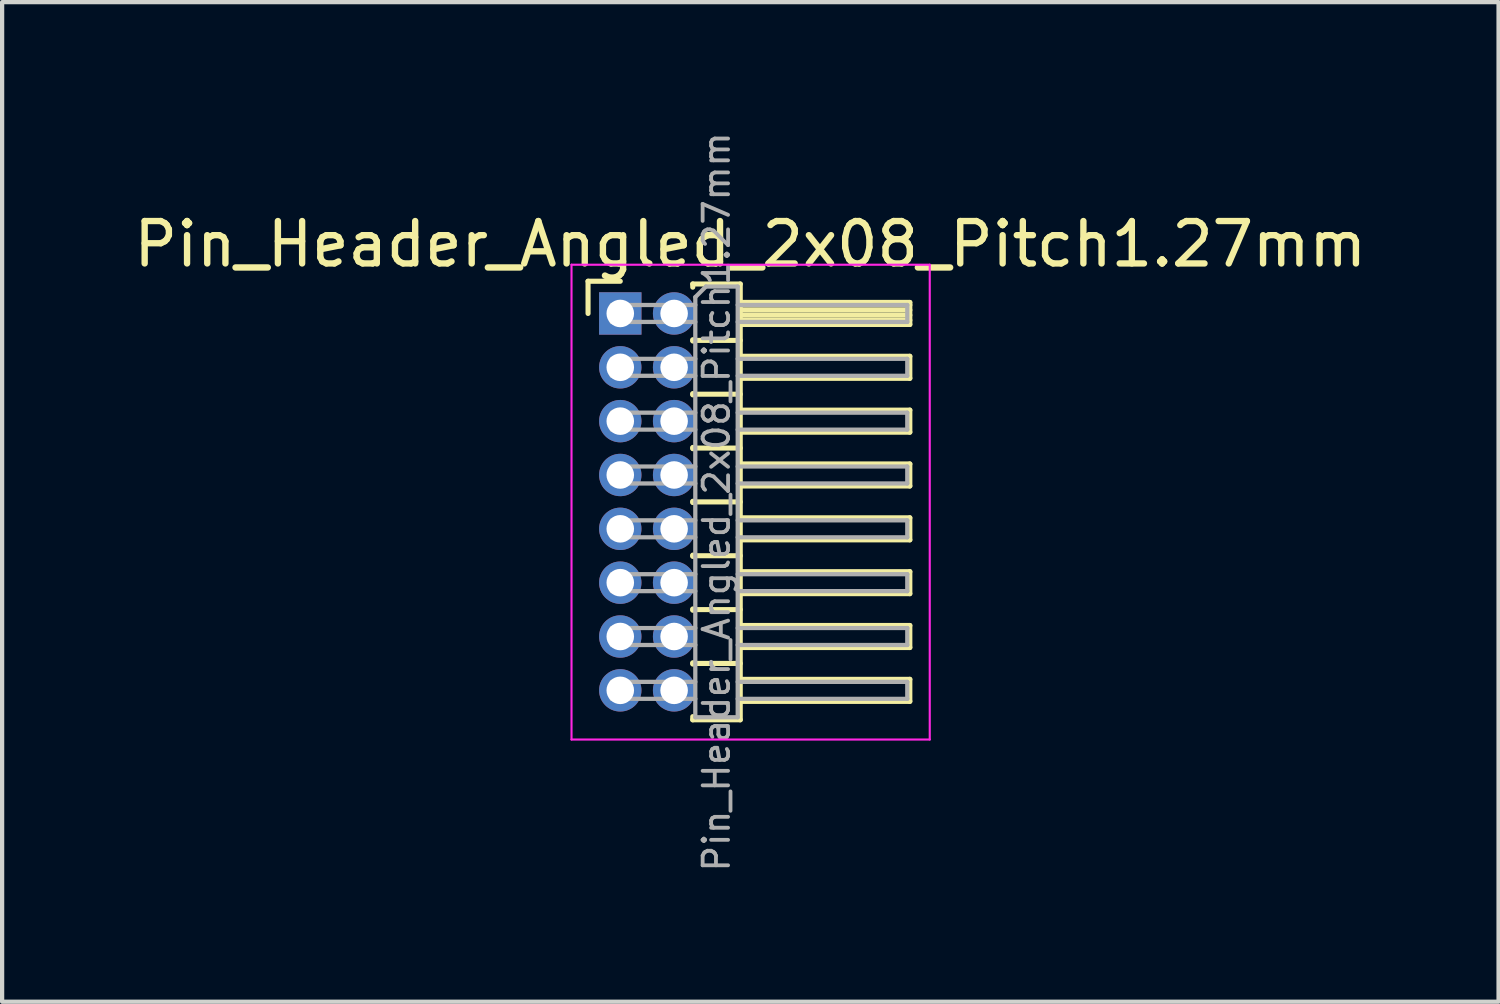
<source format=kicad_pcb>
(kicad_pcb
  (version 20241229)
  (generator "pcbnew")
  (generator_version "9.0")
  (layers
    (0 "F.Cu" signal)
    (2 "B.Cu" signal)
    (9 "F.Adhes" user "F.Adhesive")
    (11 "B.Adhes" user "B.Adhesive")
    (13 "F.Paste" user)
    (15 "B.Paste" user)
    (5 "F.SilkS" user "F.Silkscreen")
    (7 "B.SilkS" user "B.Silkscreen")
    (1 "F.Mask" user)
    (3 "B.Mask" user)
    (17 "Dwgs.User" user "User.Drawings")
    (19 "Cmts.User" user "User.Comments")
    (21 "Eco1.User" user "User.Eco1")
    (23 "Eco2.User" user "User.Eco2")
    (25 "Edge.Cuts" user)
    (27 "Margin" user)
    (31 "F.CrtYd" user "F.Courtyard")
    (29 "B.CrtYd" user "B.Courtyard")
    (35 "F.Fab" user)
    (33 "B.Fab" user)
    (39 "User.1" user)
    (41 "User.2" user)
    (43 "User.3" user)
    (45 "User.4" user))
  (footprint "Pin_Header_Angled_2x08_Pitch1.27mm"
    (layer "F.Cu")
    (at 11.581 4.344)
    (property "Reference" "Pin_Header_Angled_2x08_Pitch1.27mm" (at 3.067 -1.635 0) (layer "F.SilkS") (effects (font (size 1 1) (thickness 0.15))))
    (attr through_hole)
    (fp_line (start -0.76 -0.76) (end 0 -0.76) (stroke (width 0.12) (type solid)) (layer "F.SilkS"))
    (fp_line (start -0.76 0) (end -0.76 -0.76) (stroke (width 0.12) (type solid)) (layer "F.SilkS"))
    (fp_line (start 1.71 -0.695) (end 2.83 -0.695) (stroke (width 0.12) (type solid)) (layer "F.SilkS"))
    (fp_line (start 1.71 -0.62) (end 1.71 -0.695) (stroke (width 0.12) (type solid)) (layer "F.SilkS"))
    (fp_line (start 1.71 0.62) (end 1.71 0.65) (stroke (width 0.12) (type solid)) (layer "F.SilkS"))
    (fp_line (start 1.71 0.635) (end 2.83 0.635) (stroke (width 0.12) (type solid)) (layer "F.SilkS"))
    (fp_line (start 1.71 1.89) (end 1.71 1.92) (stroke (width 0.12) (type solid)) (layer "F.SilkS"))
    (fp_line (start 1.71 1.905) (end 2.83 1.905) (stroke (width 0.12) (type solid)) (layer "F.SilkS"))
    (fp_line (start 1.71 3.16) (end 1.71 3.19) (stroke (width 0.12) (type solid)) (layer "F.SilkS"))
    (fp_line (start 1.71 3.175) (end 2.83 3.175) (stroke (width 0.12) (type solid)) (layer "F.SilkS"))
    (fp_line (start 1.71 4.43) (end 1.71 4.46) (stroke (width 0.12) (type solid)) (layer "F.SilkS"))
    (fp_line (start 1.71 4.445) (end 2.83 4.445) (stroke (width 0.12) (type solid)) (layer "F.SilkS"))
    (fp_line (start 1.71 5.7) (end 1.71 5.73) (stroke (width 0.12) (type solid)) (layer "F.SilkS"))
    (fp_line (start 1.71 5.715) (end 2.83 5.715) (stroke (width 0.12) (type solid)) (layer "F.SilkS"))
    (fp_line (start 1.71 6.97) (end 1.71 7) (stroke (width 0.12) (type solid)) (layer "F.SilkS"))
    (fp_line (start 1.71 6.985) (end 2.83 6.985) (stroke (width 0.12) (type solid)) (layer "F.SilkS"))
    (fp_line (start 1.71 8.24) (end 1.71 8.27) (stroke (width 0.12) (type solid)) (layer "F.SilkS"))
    (fp_line (start 1.71 8.255) (end 2.83 8.255) (stroke (width 0.12) (type solid)) (layer "F.SilkS"))
    (fp_line (start 1.71 9.585) (end 1.71 9.51) (stroke (width 0.12) (type solid)) (layer "F.SilkS"))
    (fp_line (start 2.83 -0.695) (end 2.83 9.585) (stroke (width 0.12) (type solid)) (layer "F.SilkS"))
    (fp_line (start 2.83 -0.26) (end 6.83 -0.26) (stroke (width 0.12) (type solid)) (layer "F.SilkS"))
    (fp_line (start 2.83 -0.2) (end 6.83 -0.2) (stroke (width 0.12) (type solid)) (layer "F.SilkS"))
    (fp_line (start 2.83 -0.08) (end 6.83 -0.08) (stroke (width 0.12) (type solid)) (layer "F.SilkS"))
    (fp_line (start 2.83 0.04) (end 6.83 0.04) (stroke (width 0.12) (type solid)) (layer "F.SilkS"))
    (fp_line (start 2.83 0.16) (end 6.83 0.16) (stroke (width 0.12) (type solid)) (layer "F.SilkS"))
    (fp_line (start 2.83 1.01) (end 6.83 1.01) (stroke (width 0.12) (type solid)) (layer "F.SilkS"))
    (fp_line (start 2.83 2.28) (end 6.83 2.28) (stroke (width 0.12) (type solid)) (layer "F.SilkS"))
    (fp_line (start 2.83 3.55) (end 6.83 3.55) (stroke (width 0.12) (type solid)) (layer "F.SilkS"))
    (fp_line (start 2.83 4.82) (end 6.83 4.82) (stroke (width 0.12) (type solid)) (layer "F.SilkS"))
    (fp_line (start 2.83 6.09) (end 6.83 6.09) (stroke (width 0.12) (type solid)) (layer "F.SilkS"))
    (fp_line (start 2.83 7.36) (end 6.83 7.36) (stroke (width 0.12) (type solid)) (layer "F.SilkS"))
    (fp_line (start 2.83 8.63) (end 6.83 8.63) (stroke (width 0.12) (type solid)) (layer "F.SilkS"))
    (fp_line (start 2.83 9.585) (end 1.71 9.585) (stroke (width 0.12) (type solid)) (layer "F.SilkS"))
    (fp_line (start 6.83 -0.26) (end 6.83 0.26) (stroke (width 0.12) (type solid)) (layer "F.SilkS"))
    (fp_line (start 6.83 0.26) (end 2.83 0.26) (stroke (width 0.12) (type solid)) (layer "F.SilkS"))
    (fp_line (start 6.83 1.01) (end 6.83 1.53) (stroke (width 0.12) (type solid)) (layer "F.SilkS"))
    (fp_line (start 6.83 1.53) (end 2.83 1.53) (stroke (width 0.12) (type solid)) (layer "F.SilkS"))
    (fp_line (start 6.83 2.28) (end 6.83 2.8) (stroke (width 0.12) (type solid)) (layer "F.SilkS"))
    (fp_line (start 6.83 2.8) (end 2.83 2.8) (stroke (width 0.12) (type solid)) (layer "F.SilkS"))
    (fp_line (start 6.83 3.55) (end 6.83 4.07) (stroke (width 0.12) (type solid)) (layer "F.SilkS"))
    (fp_line (start 6.83 4.07) (end 2.83 4.07) (stroke (width 0.12) (type solid)) (layer "F.SilkS"))
    (fp_line (start 6.83 4.82) (end 6.83 5.34) (stroke (width 0.12) (type solid)) (layer "F.SilkS"))
    (fp_line (start 6.83 5.34) (end 2.83 5.34) (stroke (width 0.12) (type solid)) (layer "F.SilkS"))
    (fp_line (start 6.83 6.09) (end 6.83 6.61) (stroke (width 0.12) (type solid)) (layer "F.SilkS"))
    (fp_line (start 6.83 6.61) (end 2.83 6.61) (stroke (width 0.12) (type solid)) (layer "F.SilkS"))
    (fp_line (start 6.83 7.36) (end 6.83 7.88) (stroke (width 0.12) (type solid)) (layer "F.SilkS"))
    (fp_line (start 6.83 7.88) (end 2.83 7.88) (stroke (width 0.12) (type solid)) (layer "F.SilkS"))
    (fp_line (start 6.83 8.63) (end 6.83 9.15) (stroke (width 0.12) (type solid)) (layer "F.SilkS"))
    (fp_line (start 6.83 9.15) (end 2.83 9.15) (stroke (width 0.12) (type solid)) (layer "F.SilkS"))
    (fp_line (start -1.15 -1.15) (end -1.15 10.05) (stroke (width 0.05) (type solid)) (layer "F.CrtYd"))
    (fp_line (start -1.15 10.05) (end 7.3 10.05) (stroke (width 0.05) (type solid)) (layer "F.CrtYd"))
    (fp_line (start 7.3 -1.15) (end -1.15 -1.15) (stroke (width 0.05) (type solid)) (layer "F.CrtYd"))
    (fp_line (start 7.3 10.05) (end 7.3 -1.15) (stroke (width 0.05) (type solid)) (layer "F.CrtYd"))
    (fp_line (start -0.2 -0.2) (end -0.2 0.2) (stroke (width 0.1) (type solid)) (layer "F.Fab"))
    (fp_line (start -0.2 -0.2) (end 1.77 -0.2) (stroke (width 0.1) (type solid)) (layer "F.Fab"))
    (fp_line (start -0.2 0.2) (end 1.77 0.2) (stroke (width 0.1) (type solid)) (layer "F.Fab"))
    (fp_line (start -0.2 1.07) (end -0.2 1.47) (stroke (width 0.1) (type solid)) (layer "F.Fab"))
    (fp_line (start -0.2 1.07) (end 1.77 1.07) (stroke (width 0.1) (type solid)) (layer "F.Fab"))
    (fp_line (start -0.2 1.47) (end 1.77 1.47) (stroke (width 0.1) (type solid)) (layer "F.Fab"))
    (fp_line (start -0.2 2.34) (end -0.2 2.74) (stroke (width 0.1) (type solid)) (layer "F.Fab"))
    (fp_line (start -0.2 2.34) (end 1.77 2.34) (stroke (width 0.1) (type solid)) (layer "F.Fab"))
    (fp_line (start -0.2 2.74) (end 1.77 2.74) (stroke (width 0.1) (type solid)) (layer "F.Fab"))
    (fp_line (start -0.2 3.61) (end -0.2 4.01) (stroke (width 0.1) (type solid)) (layer "F.Fab"))
    (fp_line (start -0.2 3.61) (end 1.77 3.61) (stroke (width 0.1) (type solid)) (layer "F.Fab"))
    (fp_line (start -0.2 4.01) (end 1.77 4.01) (stroke (width 0.1) (type solid)) (layer "F.Fab"))
    (fp_line (start -0.2 4.88) (end -0.2 5.28) (stroke (width 0.1) (type solid)) (layer "F.Fab"))
    (fp_line (start -0.2 4.88) (end 1.77 4.88) (stroke (width 0.1) (type solid)) (layer "F.Fab"))
    (fp_line (start -0.2 5.28) (end 1.77 5.28) (stroke (width 0.1) (type solid)) (layer "F.Fab"))
    (fp_line (start -0.2 6.15) (end -0.2 6.55) (stroke (width 0.1) (type solid)) (layer "F.Fab"))
    (fp_line (start -0.2 6.15) (end 1.77 6.15) (stroke (width 0.1) (type solid)) (layer "F.Fab"))
    (fp_line (start -0.2 6.55) (end 1.77 6.55) (stroke (width 0.1) (type solid)) (layer "F.Fab"))
    (fp_line (start -0.2 7.42) (end -0.2 7.82) (stroke (width 0.1) (type solid)) (layer "F.Fab"))
    (fp_line (start -0.2 7.42) (end 1.77 7.42) (stroke (width 0.1) (type solid)) (layer "F.Fab"))
    (fp_line (start -0.2 7.82) (end 1.77 7.82) (stroke (width 0.1) (type solid)) (layer "F.Fab"))
    (fp_line (start -0.2 8.69) (end -0.2 9.09) (stroke (width 0.1) (type solid)) (layer "F.Fab"))
    (fp_line (start -0.2 8.69) (end 1.77 8.69) (stroke (width 0.1) (type solid)) (layer "F.Fab"))
    (fp_line (start -0.2 9.09) (end 1.77 9.09) (stroke (width 0.1) (type solid)) (layer "F.Fab"))
    (fp_line (start 1.77 -0.385) (end 2.02 -0.635) (stroke (width 0.1) (type solid)) (layer "F.Fab"))
    (fp_line (start 1.77 9.525) (end 1.77 -0.385) (stroke (width 0.1) (type solid)) (layer "F.Fab"))
    (fp_line (start 2.02 -0.635) (end 2.77 -0.635) (stroke (width 0.1) (type solid)) (layer "F.Fab"))
    (fp_line (start 2.77 -0.635) (end 2.77 9.525) (stroke (width 0.1) (type solid)) (layer "F.Fab"))
    (fp_line (start 2.77 -0.2) (end 6.77 -0.2) (stroke (width 0.1) (type solid)) (layer "F.Fab"))
    (fp_line (start 2.77 0.2) (end 6.77 0.2) (stroke (width 0.1) (type solid)) (layer "F.Fab"))
    (fp_line (start 2.77 1.07) (end 6.77 1.07) (stroke (width 0.1) (type solid)) (layer "F.Fab"))
    (fp_line (start 2.77 1.47) (end 6.77 1.47) (stroke (width 0.1) (type solid)) (layer "F.Fab"))
    (fp_line (start 2.77 2.34) (end 6.77 2.34) (stroke (width 0.1) (type solid)) (layer "F.Fab"))
    (fp_line (start 2.77 2.74) (end 6.77 2.74) (stroke (width 0.1) (type solid)) (layer "F.Fab"))
    (fp_line (start 2.77 3.61) (end 6.77 3.61) (stroke (width 0.1) (type solid)) (layer "F.Fab"))
    (fp_line (start 2.77 4.01) (end 6.77 4.01) (stroke (width 0.1) (type solid)) (layer "F.Fab"))
    (fp_line (start 2.77 4.88) (end 6.77 4.88) (stroke (width 0.1) (type solid)) (layer "F.Fab"))
    (fp_line (start 2.77 5.28) (end 6.77 5.28) (stroke (width 0.1) (type solid)) (layer "F.Fab"))
    (fp_line (start 2.77 6.15) (end 6.77 6.15) (stroke (width 0.1) (type solid)) (layer "F.Fab"))
    (fp_line (start 2.77 6.55) (end 6.77 6.55) (stroke (width 0.1) (type solid)) (layer "F.Fab"))
    (fp_line (start 2.77 7.42) (end 6.77 7.42) (stroke (width 0.1) (type solid)) (layer "F.Fab"))
    (fp_line (start 2.77 7.82) (end 6.77 7.82) (stroke (width 0.1) (type solid)) (layer "F.Fab"))
    (fp_line (start 2.77 8.69) (end 6.77 8.69) (stroke (width 0.1) (type solid)) (layer "F.Fab"))
    (fp_line (start 2.77 9.09) (end 6.77 9.09) (stroke (width 0.1) (type solid)) (layer "F.Fab"))
    (fp_line (start 2.77 9.525) (end 1.77 9.525) (stroke (width 0.1) (type solid)) (layer "F.Fab"))
    (fp_line (start 6.77 -0.2) (end 6.77 0.2) (stroke (width 0.1) (type solid)) (layer "F.Fab"))
    (fp_line (start 6.77 1.07) (end 6.77 1.47) (stroke (width 0.1) (type solid)) (layer "F.Fab"))
    (fp_line (start 6.77 2.34) (end 6.77 2.74) (stroke (width 0.1) (type solid)) (layer "F.Fab"))
    (fp_line (start 6.77 3.61) (end 6.77 4.01) (stroke (width 0.1) (type solid)) (layer "F.Fab"))
    (fp_line (start 6.77 4.88) (end 6.77 5.28) (stroke (width 0.1) (type solid)) (layer "F.Fab"))
    (fp_line (start 6.77 6.15) (end 6.77 6.55) (stroke (width 0.1) (type solid)) (layer "F.Fab"))
    (fp_line (start 6.77 7.42) (end 6.77 7.82) (stroke (width 0.1) (type solid)) (layer "F.Fab"))
    (fp_line (start 6.77 8.69) (end 6.77 9.09) (stroke (width 0.1) (type solid)) (layer "F.Fab"))
    (fp_text user "${REFERENCE}" (at 2.27 4.445 90) (layer "F.Fab") (effects (font (size 0.6 0.6) (thickness 0.09))))
    (pad "1" thru_hole rect (at 0 0) (size 1 1) (drill 0.65) (layers "*.Cu" "*.Mask"))
    (pad "2" thru_hole oval (at 1.27 0) (size 1 1) (drill 0.65) (layers "*.Cu" "*.Mask"))
    (pad "3" thru_hole oval (at 0 1.27) (size 1 1) (drill 0.65) (layers "*.Cu" "*.Mask"))
    (pad "4" thru_hole oval (at 1.27 1.27) (size 1 1) (drill 0.65) (layers "*.Cu" "*.Mask"))
    (pad "5" thru_hole oval (at 0 2.54) (size 1 1) (drill 0.65) (layers "*.Cu" "*.Mask"))
    (pad "6" thru_hole oval (at 1.27 2.54) (size 1 1) (drill 0.65) (layers "*.Cu" "*.Mask"))
    (pad "7" thru_hole oval (at 0 3.81) (size 1 1) (drill 0.65) (layers "*.Cu" "*.Mask"))
    (pad "8" thru_hole oval (at 1.27 3.81) (size 1 1) (drill 0.65) (layers "*.Cu" "*.Mask"))
    (pad "9" thru_hole oval (at 0 5.08) (size 1 1) (drill 0.65) (layers "*.Cu" "*.Mask"))
    (pad "10" thru_hole oval (at 1.27 5.08) (size 1 1) (drill 0.65) (layers "*.Cu" "*.Mask"))
    (pad "11" thru_hole oval (at 0 6.35) (size 1 1) (drill 0.65) (layers "*.Cu" "*.Mask"))
    (pad "12" thru_hole oval (at 1.27 6.35) (size 1 1) (drill 0.65) (layers "*.Cu" "*.Mask"))
    (pad "13" thru_hole oval (at 0 7.62) (size 1 1) (drill 0.65) (layers "*.Cu" "*.Mask"))
    (pad "14" thru_hole oval (at 1.27 7.62) (size 1 1) (drill 0.65) (layers "*.Cu" "*.Mask"))
    (pad "15" thru_hole oval (at 0 8.89) (size 1 1) (drill 0.65) (layers "*.Cu" "*.Mask"))
    (pad "16" thru_hole oval (at 1.27 8.89) (size 1 1) (drill 0.65) (layers "*.Cu" "*.Mask")))
  (gr_rect
    (start -3 -3)
    (end 32.298 20.579)
    (stroke (width 0.1) (type default))
    (fill no)
    (layer "Edge.Cuts")))
</source>
